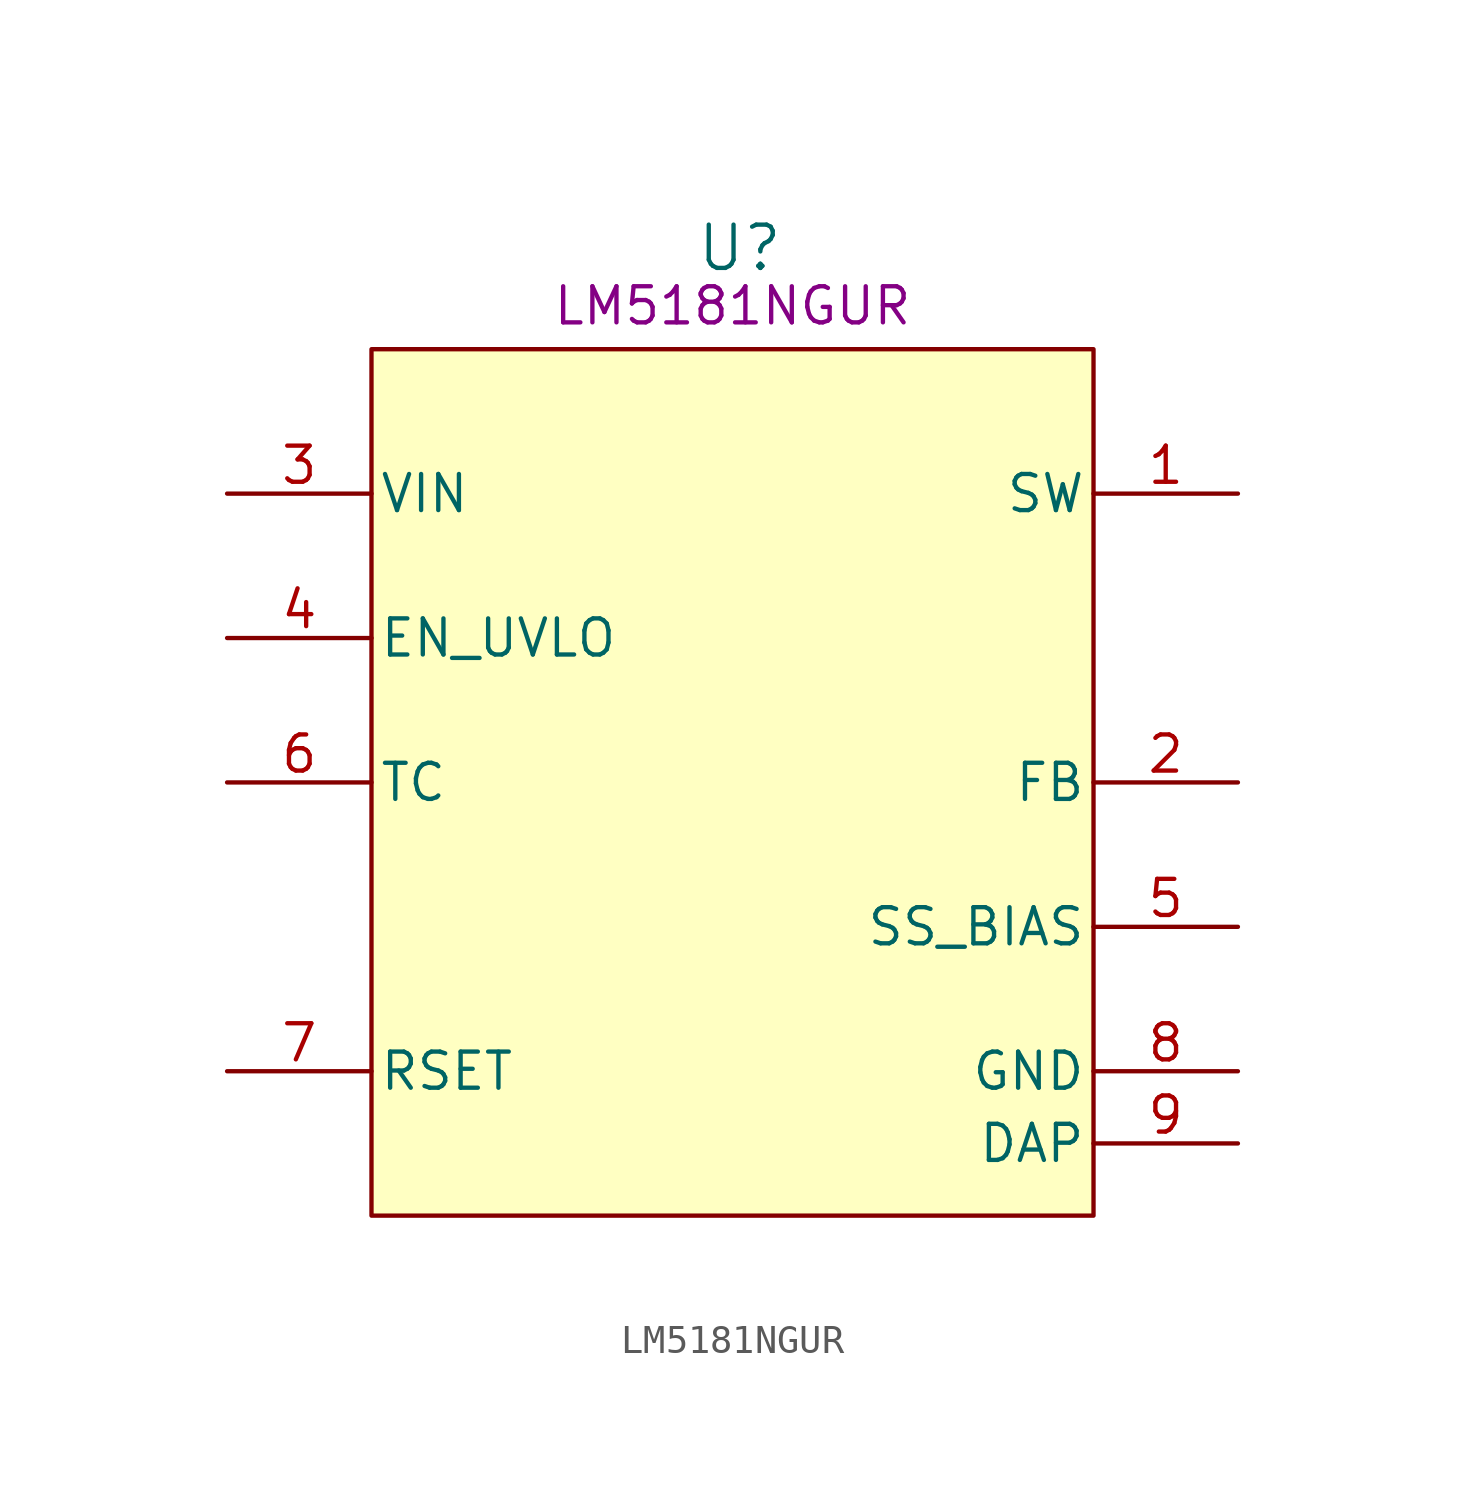
<source format=kicad_sym>
(kicad_symbol_lib
  (version 20231120)
  (generator "kicad_symbol_editor")
  (generator_version "8.0")
  (symbol "LM5181NGUR"
    (pin_names
      (offset 0.254))
    (property "Reference" "U"
      (at 18.034 8.636 0)
      (effects (font (size 1.524 1.524))))
    (property "MPN" "LM5181NGUR"
      (at 17.78 6.604 0)
      (effects (font (size 1.27 1.27))))
    (symbol "LM5181NGUR_0_1"
      (rectangle (start 5.08 5.08) (end 30.48 -25.4) (stroke (width 0) (type default)) (fill (type background)))
      (pin power_in line (at 0 0 0) (length 5.08) (name "VIN" (effects (font (size 1.27 1.27)))) (number "3" (effects (font (size 1.27 1.27)))))
      (pin passive line (at 0 -5.08 0) (length 5.08) (name "EN_UVLO" (effects (font (size 1.27 1.27)))) (number "4" (effects (font (size 1.27 1.27)))))
      (pin passive line (at 35.56 -15.24 180) (length 5.08) (name "SS_BIAS" (effects (font (size 1.27 1.27)))) (number "5" (effects (font (size 1.27 1.27)))))
      (pin passive line (at 0 -10.16 0) (length 5.08) (name "TC" (effects (font (size 1.27 1.27)))) (number "6" (effects (font (size 1.27 1.27)))))
      (pin passive line (at 0 -20.32 0) (length 5.08) (name "RSET" (effects (font (size 1.27 1.27)))) (number "7" (effects (font (size 1.27 1.27)))))
      (pin power_in line (at 35.56 -20.32 180) (length 5.08) (name "GND" (effects (font (size 1.27 1.27)))) (number "8" (effects (font (size 1.27 1.27)))))
      (pin power_in line (at 35.56 -22.86 180) (length 5.08) (name "DAP" (effects (font (size 1.27 1.27)))) (number "9" (effects (font (size 1.27 1.27))))))
    (symbol "LM5181NGUR_1_1"
      (pin passive line (at 35.56 0 180) (length 5.08) (name "SW" (effects (font (size 1.27 1.27)))) (number "1" (effects (font (size 1.27 1.27)))))
      (pin passive line (at 35.56 -10.16 180) (length 5.08) (name "FB" (effects (font (size 1.27 1.27)))) (number "2" (effects (font (size 1.27 1.27))))))))
</source>
